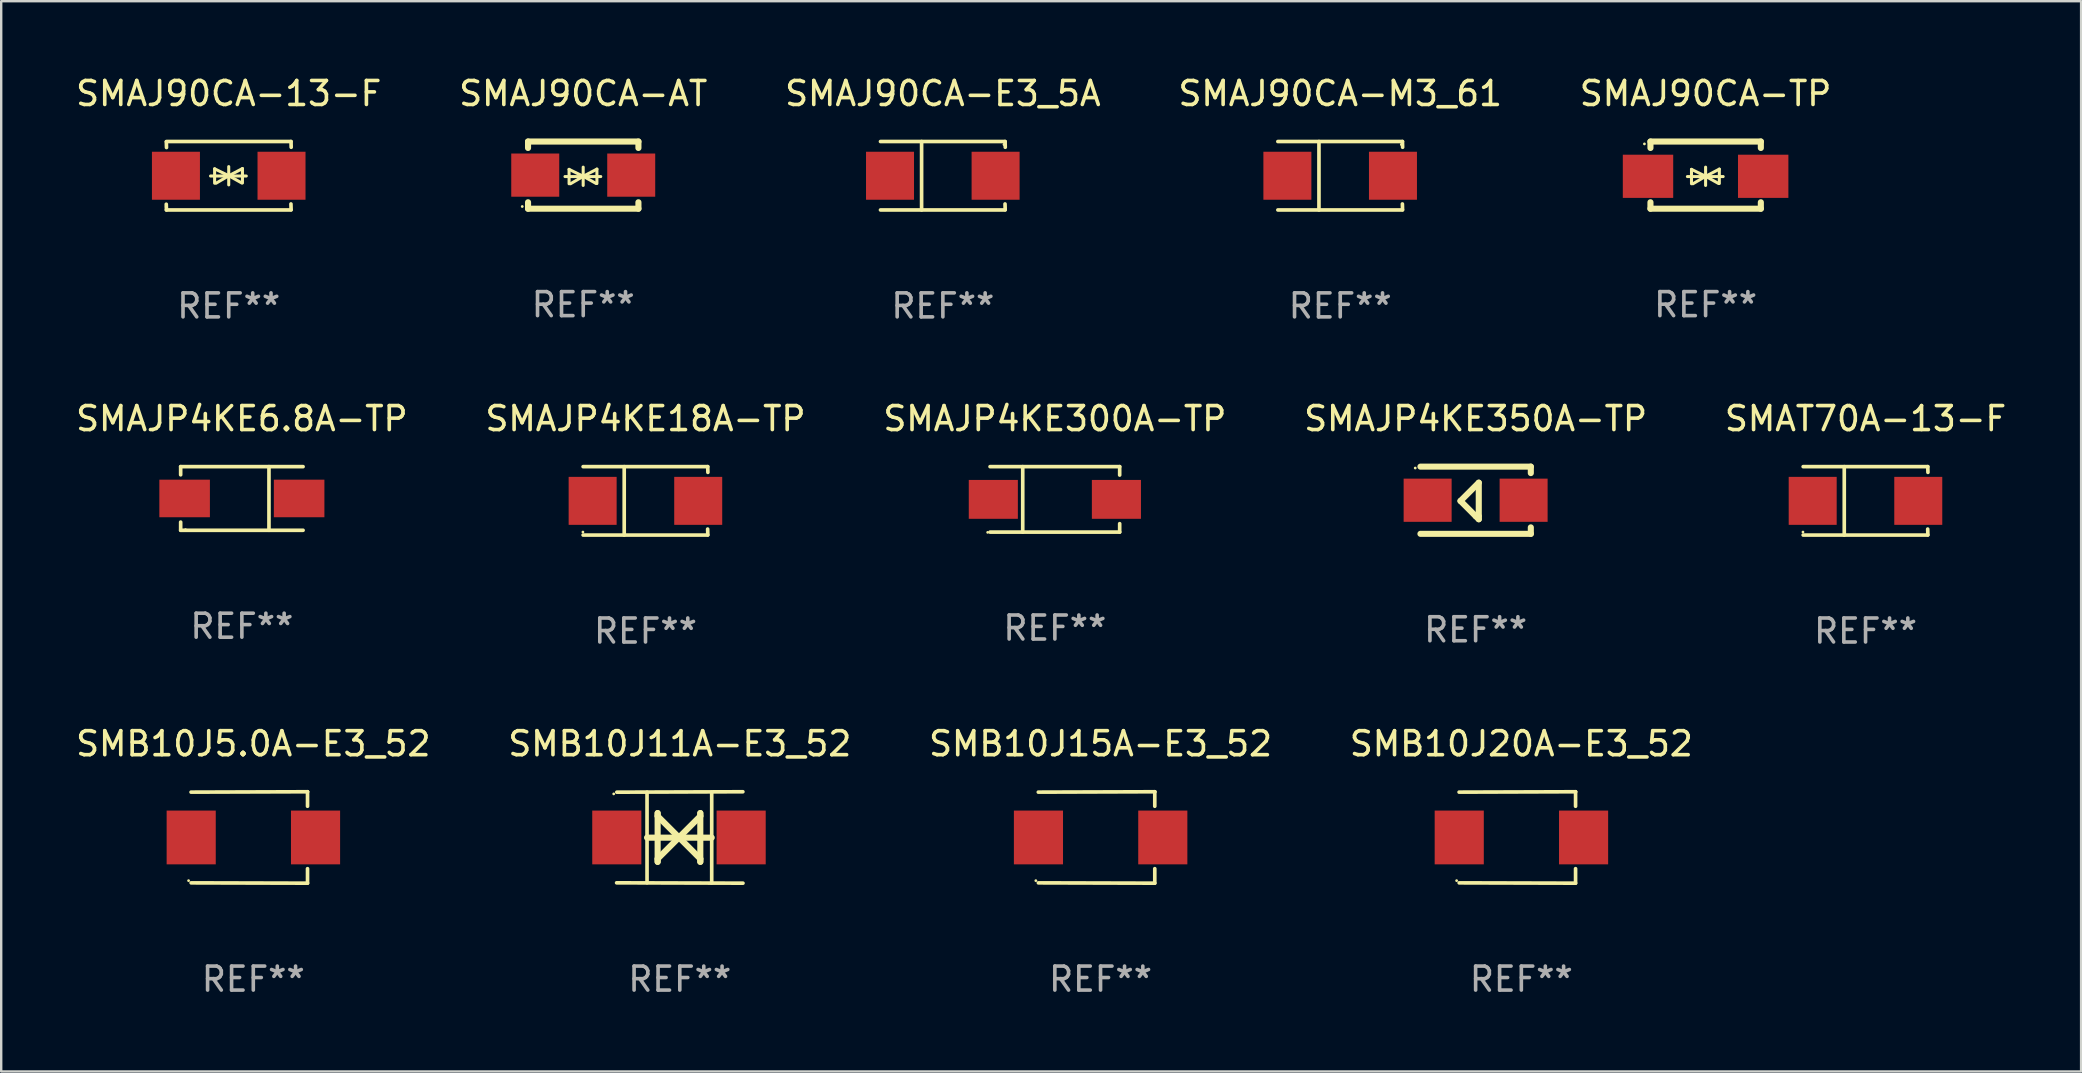
<source format=kicad_pcb>
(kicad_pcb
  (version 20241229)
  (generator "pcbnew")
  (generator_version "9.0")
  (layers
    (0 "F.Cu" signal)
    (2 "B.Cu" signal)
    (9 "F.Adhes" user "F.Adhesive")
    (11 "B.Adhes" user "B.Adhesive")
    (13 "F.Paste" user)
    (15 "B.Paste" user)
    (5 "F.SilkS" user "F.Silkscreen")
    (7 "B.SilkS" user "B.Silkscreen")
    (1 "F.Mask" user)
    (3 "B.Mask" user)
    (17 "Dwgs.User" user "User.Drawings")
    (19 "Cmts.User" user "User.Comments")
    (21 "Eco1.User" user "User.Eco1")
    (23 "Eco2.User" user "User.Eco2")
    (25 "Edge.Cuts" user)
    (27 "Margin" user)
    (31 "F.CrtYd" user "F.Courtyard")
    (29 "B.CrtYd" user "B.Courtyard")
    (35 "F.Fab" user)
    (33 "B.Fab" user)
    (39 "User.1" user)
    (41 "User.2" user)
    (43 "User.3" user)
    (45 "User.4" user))
  (footprint "SMB10J11A-E3_52"
    (layer "F.Cu")
    (at 25.28 31.851)
    (property "Reference" "SMB10J11A-E3_52" (at 0 -3.905 0) (layer "F.SilkS") (effects (font (size 1 1) (thickness 0.15))))
    (attr through_hole)
    (fp_line (start -1.365 1.886) (end -1.365 -1.886) (stroke (width 0.152) (type solid)) (layer "F.SilkS"))
    (fp_line (start -1.365 0.008) (end 1.33 0.008) (stroke (width 0.254) (type solid)) (layer "F.SilkS"))
    (fp_line (start -0.923 -1.016) (end -0.923 1.016) (stroke (width 0.254) (type solid)) (layer "F.SilkS"))
    (fp_line (start -0.923 -0.889) (end -0.923 -1.016) (stroke (width 0.254) (type solid)) (layer "F.SilkS"))
    (fp_line (start -0.923 0.889) (end -0.034 0) (stroke (width 0.254) (type solid)) (layer "F.SilkS"))
    (fp_line (start -0.923 1.016) (end -0.923 0.889) (stroke (width 0.254) (type solid)) (layer "F.SilkS"))
    (fp_line (start -0.034 0) (end -0.923 -0.889) (stroke (width 0.254) (type solid)) (layer "F.SilkS"))
    (fp_line (start -0.034 0) (end 0.855 0.889) (stroke (width 0.254) (type solid)) (layer "F.SilkS"))
    (fp_line (start 0.855 -1.016) (end 0.855 -0.889) (stroke (width 0.254) (type solid)) (layer "F.SilkS"))
    (fp_line (start 0.855 -0.889) (end -0.034 0) (stroke (width 0.254) (type solid)) (layer "F.SilkS"))
    (fp_line (start 0.855 0.889) (end 0.855 1.016) (stroke (width 0.254) (type solid)) (layer "F.SilkS"))
    (fp_line (start 0.855 1.016) (end 0.855 -1.016) (stroke (width 0.254) (type solid)) (layer "F.SilkS"))
    (fp_line (start 1.33 1.886) (end 1.33 -1.886) (stroke (width 0.152) (type solid)) (layer "F.SilkS"))
    (fp_line (start 2.629 -1.905) (end -2.625 -1.887) (stroke (width 0.152) (type solid)) (layer "F.SilkS"))
    (fp_line (start 2.633 1.905) (end -2.633 1.89) (stroke (width 0.152) (type solid)) (layer "F.SilkS"))
    (fp_circle (center -2.753 -1.816) (end -2.723 -1.816) (stroke (width 0.06) (type solid)) (fill no) (layer "F.SilkS"))
    (fp_text user "REF**" (at 0 5.905 0) (layer "F.Fab") (effects (font (size 1 1) (thickness 0.15))))
    (pad "1" smd rect (at -2.625 0) (size 2.047 2.241) (layers "F.Cu" "F.Mask" "F.Paste"))
    (pad "2" smd rect (at 2.557 0) (size 2.047 2.241) (layers "F.Cu" "F.Mask" "F.Paste")))
  (footprint "SMAJP4KE18A-TP"
    (layer "F.Cu")
    (at 23.851 17.823)
    (property "Reference" "SMAJP4KE18A-TP" (at 0 -3.426 0) (layer "F.SilkS") (effects (font (size 1 1) (thickness 0.15))))
    (attr through_hole)
    (fp_line (start -2.6 -1.426) (end 2.593 -1.426) (stroke (width 0.152) (type solid)) (layer "F.SilkS"))
    (fp_line (start -2.6 1.426) (end 2.593 1.426) (stroke (width 0.152) (type solid)) (layer "F.SilkS"))
    (fp_line (start -0.887 -1.426) (end -0.887 1.426) (stroke (width 0.152) (type solid)) (layer "F.SilkS"))
    (fp_line (start 2.59 1.176) (end 2.597 1.415) (stroke (width 0.152) (type solid)) (layer "F.SilkS"))
    (fp_line (start 2.593 -1.426) (end 2.6 -1.187) (stroke (width 0.152) (type solid)) (layer "F.SilkS"))
    (fp_circle (center -2.608 1.3) (end -2.578 1.3) (stroke (width 0.06) (type solid)) (fill no) (layer "F.SilkS"))
    (fp_text user "REF**" (at 0 5.426 0) (layer "F.Fab") (effects (font (size 1 1) (thickness 0.15))))
    (pad "1" smd rect (at -2.203 0 180) (size 2 2) (layers "F.Cu" "F.Mask" "F.Paste"))
    (pad "2" smd rect (at 2.197 0 180) (size 2 2) (layers "F.Cu" "F.Mask" "F.Paste")))
  (footprint "SMAT70A-13-F"
    (layer "F.Cu")
    (at 74.696 17.823)
    (property "Reference" "SMAT70A-13-F" (at 0 -3.426 0) (layer "F.SilkS") (effects (font (size 1 1) (thickness 0.15))))
    (attr through_hole)
    (fp_line (start -2.6 -1.426) (end 2.593 -1.426) (stroke (width 0.152) (type solid)) (layer "F.SilkS"))
    (fp_line (start -2.6 1.426) (end 2.593 1.426) (stroke (width 0.152) (type solid)) (layer "F.SilkS"))
    (fp_line (start -0.887 -1.426) (end -0.887 1.426) (stroke (width 0.152) (type solid)) (layer "F.SilkS"))
    (fp_line (start 2.59 1.176) (end 2.597 1.415) (stroke (width 0.152) (type solid)) (layer "F.SilkS"))
    (fp_line (start 2.593 -1.426) (end 2.6 -1.187) (stroke (width 0.152) (type solid)) (layer "F.SilkS"))
    (fp_circle (center -2.608 1.3) (end -2.578 1.3) (stroke (width 0.06) (type solid)) (fill no) (layer "F.SilkS"))
    (fp_text user "REF**" (at 0 5.426 0) (layer "F.Fab") (effects (font (size 1 1) (thickness 0.15))))
    (pad "1" smd rect (at -2.203 0 180) (size 2 2) (layers "F.Cu" "F.Mask" "F.Paste"))
    (pad "2" smd rect (at 2.197 0 180) (size 2 2) (layers "F.Cu" "F.Mask" "F.Paste")))
  (footprint "SMB10J15A-E3_52"
    (layer "F.Cu")
    (at 42.815 31.851)
    (property "Reference" "SMB10J15A-E3_52" (at 0 -3.905 0) (layer "F.SilkS") (effects (font (size 1 1) (thickness 0.15))))
    (attr through_hole)
    (fp_line (start 2.256 -1.905) (end -2.594 -1.889) (stroke (width 0.152) (type solid)) (layer "F.SilkS"))
    (fp_line (start 2.256 -1.905) (end 2.26 -1.905) (stroke (width 0.152) (type solid)) (layer "F.SilkS"))
    (fp_line (start 2.26 -1.905) (end 2.26 -1.301) (stroke (width 0.152) (type solid)) (layer "F.SilkS"))
    (fp_line (start 2.26 1.301) (end 2.26 1.905) (stroke (width 0.152) (type solid)) (layer "F.SilkS"))
    (fp_line (start 2.26 1.905) (end -2.59 1.892) (stroke (width 0.152) (type solid)) (layer "F.SilkS"))
    (fp_circle (center -2.697 1.8) (end -2.667 1.8) (stroke (width 0.06) (type solid)) (fill no) (layer "F.SilkS"))
    (fp_text user "REF**" (at 0 5.905 0) (layer "F.Fab") (effects (font (size 1 1) (thickness 0.15))))
    (pad "1" smd rect (at -2.588 0) (size 2.047 2.241) (layers "F.Cu" "F.Mask" "F.Paste"))
    (pad "2" smd rect (at 2.594 0) (size 2.047 2.241) (layers "F.Cu" "F.Mask" "F.Paste")))
  (footprint "SMB10J5.0A-E3_52"
    (layer "F.Cu")
    (at 7.506 31.851)
    (property "Reference" "SMB10J5.0A-E3_52" (at 0 -3.905 0) (layer "F.SilkS") (effects (font (size 1 1) (thickness 0.15))))
    (attr through_hole)
    (fp_line (start 2.256 -1.905) (end -2.594 -1.889) (stroke (width 0.152) (type solid)) (layer "F.SilkS"))
    (fp_line (start 2.256 -1.905) (end 2.26 -1.905) (stroke (width 0.152) (type solid)) (layer "F.SilkS"))
    (fp_line (start 2.26 -1.905) (end 2.26 -1.301) (stroke (width 0.152) (type solid)) (layer "F.SilkS"))
    (fp_line (start 2.26 1.301) (end 2.26 1.905) (stroke (width 0.152) (type solid)) (layer "F.SilkS"))
    (fp_line (start 2.26 1.905) (end -2.59 1.892) (stroke (width 0.152) (type solid)) (layer "F.SilkS"))
    (fp_circle (center -2.697 1.8) (end -2.667 1.8) (stroke (width 0.06) (type solid)) (fill no) (layer "F.SilkS"))
    (fp_text user "REF**" (at 0 5.905 0) (layer "F.Fab") (effects (font (size 1 1) (thickness 0.15))))
    (pad "1" smd rect (at -2.588 0) (size 2.047 2.241) (layers "F.Cu" "F.Mask" "F.Paste"))
    (pad "2" smd rect (at 2.594 0) (size 2.047 2.241) (layers "F.Cu" "F.Mask" "F.Paste")))
  (footprint "SMB10J20A-E3_52"
    (layer "F.Cu")
    (at 60.351 31.851)
    (property "Reference" "SMB10J20A-E3_52" (at 0 -3.905 0) (layer "F.SilkS") (effects (font (size 1 1) (thickness 0.15))))
    (attr through_hole)
    (fp_line (start 2.256 -1.905) (end -2.594 -1.889) (stroke (width 0.152) (type solid)) (layer "F.SilkS"))
    (fp_line (start 2.256 -1.905) (end 2.26 -1.905) (stroke (width 0.152) (type solid)) (layer "F.SilkS"))
    (fp_line (start 2.26 -1.905) (end 2.26 -1.301) (stroke (width 0.152) (type solid)) (layer "F.SilkS"))
    (fp_line (start 2.26 1.301) (end 2.26 1.905) (stroke (width 0.152) (type solid)) (layer "F.SilkS"))
    (fp_line (start 2.26 1.905) (end -2.59 1.892) (stroke (width 0.152) (type solid)) (layer "F.SilkS"))
    (fp_circle (center -2.697 1.8) (end -2.667 1.8) (stroke (width 0.06) (type solid)) (fill no) (layer "F.SilkS"))
    (fp_text user "REF**" (at 0 5.905 0) (layer "F.Fab") (effects (font (size 1 1) (thickness 0.15))))
    (pad "1" smd rect (at -2.588 0) (size 2.047 2.241) (layers "F.Cu" "F.Mask" "F.Paste"))
    (pad "2" smd rect (at 2.594 0) (size 2.047 2.241) (layers "F.Cu" "F.Mask" "F.Paste")))
  (footprint "SMAJP4KE350A-TP"
    (layer "F.Cu")
    (at 58.446 17.797)
    (property "Reference" "SMAJP4KE350A-TP" (at 0 -3.4 0) (layer "F.SilkS") (effects (font (size 1 1) (thickness 0.15))))
    (attr through_hole)
    (fp_line (start -2.3 -1.4) (end 2.3 -1.4) (stroke (width 0.254) (type solid)) (layer "F.SilkS"))
    (fp_line (start -2.3 1.4) (end 2.3 1.4) (stroke (width 0.254) (type solid)) (layer "F.SilkS"))
    (fp_line (start -0.631 0.03) (end 0.131 -0.732) (stroke (width 0.254) (type solid)) (layer "F.SilkS"))
    (fp_line (start 0.004 0.665) (end -0.631 0.03) (stroke (width 0.254) (type solid)) (layer "F.SilkS"))
    (fp_line (start 0.131 -0.732) (end 0.131 0.665) (stroke (width 0.254) (type solid)) (layer "F.SilkS"))
    (fp_line (start 0.131 0.665) (end 0.131 0.792) (stroke (width 0.254) (type solid)) (layer "F.SilkS"))
    (fp_line (start 0.131 0.792) (end 0.004 0.665) (stroke (width 0.254) (type solid)) (layer "F.SilkS"))
    (fp_line (start 2.3 -1.4) (end 2.3 -1.131) (stroke (width 0.254) (type solid)) (layer "F.SilkS"))
    (fp_line (start 2.3 1.131) (end 2.3 1.4) (stroke (width 0.254) (type solid)) (layer "F.SilkS"))
    (fp_circle (center -2.517 -1.342) (end -2.487 -1.342) (stroke (width 0.06) (type solid)) (fill no) (layer "F.SilkS"))
    (fp_text user "REF**" (at 0 5.4 0) (layer "F.Fab") (effects (font (size 1 1) (thickness 0.15))))
    (pad "1" smd rect (at -2 -0.000127) (size 2 1.8) (layers "F.Cu" "F.Mask" "F.Paste"))
    (pad "2" smd rect (at 2 -0.000127) (size 2 1.8) (layers "F.Cu" "F.Mask" "F.Paste")))
  (footprint "SMAJ90CA-E3_5A"
    (layer "F.Cu")
    (at 36.244 4.274)
    (property "Reference" "SMAJ90CA-E3_5A" (at 0 -3.426 0) (layer "F.SilkS") (effects (font (size 1 1) (thickness 0.15))))
    (attr through_hole)
    (fp_line (start -2.6 -1.426) (end 2.593 -1.426) (stroke (width 0.152) (type solid)) (layer "F.SilkS"))
    (fp_line (start -2.6 1.426) (end 2.593 1.426) (stroke (width 0.152) (type solid)) (layer "F.SilkS"))
    (fp_line (start -0.887 -1.426) (end -0.887 1.426) (stroke (width 0.152) (type solid)) (layer "F.SilkS"))
    (fp_line (start 2.59 1.176) (end 2.597 1.415) (stroke (width 0.152) (type solid)) (layer "F.SilkS"))
    (fp_line (start 2.593 -1.426) (end 2.6 -1.187) (stroke (width 0.152) (type solid)) (layer "F.SilkS"))
    (fp_circle (center 2.547 -1.3) (end 2.577 -1.3) (stroke (width 0.06) (type solid)) (fill no) (layer "F.SilkS"))
    (fp_text user "REF**" (at 0 5.426 0) (layer "F.Fab") (effects (font (size 1 1) (thickness 0.15))))
    (pad "1" smd rect (at 2.197 -0.000025 180) (size 2 2) (layers "F.Cu" "F.Mask" "F.Paste"))
    (pad "2" smd rect (at -2.203 -0.000025 180) (size 2 2) (layers "F.Cu" "F.Mask" "F.Paste")))
  (footprint "SMAJ90CA-M3_61"
    (layer "F.Cu")
    (at 52.804 4.274)
    (property "Reference" "SMAJ90CA-M3_61" (at 0 -3.426 0) (layer "F.SilkS") (effects (font (size 1 1) (thickness 0.15))))
    (attr through_hole)
    (fp_line (start -2.6 -1.426) (end 2.593 -1.426) (stroke (width 0.152) (type solid)) (layer "F.SilkS"))
    (fp_line (start -2.6 1.426) (end 2.593 1.426) (stroke (width 0.152) (type solid)) (layer "F.SilkS"))
    (fp_line (start -0.887 -1.426) (end -0.887 1.426) (stroke (width 0.152) (type solid)) (layer "F.SilkS"))
    (fp_line (start 2.59 1.176) (end 2.597 1.415) (stroke (width 0.152) (type solid)) (layer "F.SilkS"))
    (fp_line (start 2.593 -1.426) (end 2.6 -1.187) (stroke (width 0.152) (type solid)) (layer "F.SilkS"))
    (fp_circle (center 2.547 -1.3) (end 2.577 -1.3) (stroke (width 0.06) (type solid)) (fill no) (layer "F.SilkS"))
    (fp_text user "REF**" (at 0 5.426 0) (layer "F.Fab") (effects (font (size 1 1) (thickness 0.15))))
    (pad "1" smd rect (at 2.197 -0.000025 180) (size 2 2) (layers "F.Cu" "F.Mask" "F.Paste"))
    (pad "2" smd rect (at -2.203 -0.000025 180) (size 2 2) (layers "F.Cu" "F.Mask" "F.Paste")))
  (footprint "SMAJ90CA-AT"
    (layer "F.Cu")
    (at 21.256 4.248)
    (property "Reference" "SMAJ90CA-AT" (at 0 -3.4 0) (layer "F.SilkS") (effects (font (size 1 1) (thickness 0.15))))
    (attr through_hole)
    (fp_line (start -2.3 -1.4) (end -2.3 -1.131) (stroke (width 0.254) (type solid)) (layer "F.SilkS"))
    (fp_line (start -2.3 -1.4) (end 2.3 -1.4) (stroke (width 0.254) (type solid)) (layer "F.SilkS"))
    (fp_line (start -2.3 1.131) (end -2.3 1.4) (stroke (width 0.254) (type solid)) (layer "F.SilkS"))
    (fp_line (start -2.3 1.4) (end 2.3 1.4) (stroke (width 0.254) (type solid)) (layer "F.SilkS"))
    (fp_line (start -0.76 0.06) (end 0.73 0.06) (stroke (width 0.127) (type solid)) (layer "F.SilkS"))
    (fp_line (start -0.59 -0.24) (end -0.59 0.36) (stroke (width 0.127) (type solid)) (layer "F.SilkS"))
    (fp_line (start -0.59 -0.24) (end -0.002 0.049) (stroke (width 0.127) (type solid)) (layer "F.SilkS"))
    (fp_line (start -0.53 0.36) (end -0.002 0.049) (stroke (width 0.127) (type solid)) (layer "F.SilkS"))
    (fp_line (start -0.002 0.049) (end -0.002 -0.332) (stroke (width 0.127) (type solid)) (layer "F.SilkS"))
    (fp_line (start -0.002 0.049) (end -0.002 0.43) (stroke (width 0.127) (type solid)) (layer "F.SilkS"))
    (fp_line (start 0.54 0.35) (end -0.002 0.049) (stroke (width 0.127) (type solid)) (layer "F.SilkS"))
    (fp_line (start 0.57 -0.25) (end -0.002 0.049) (stroke (width 0.127) (type solid)) (layer "F.SilkS"))
    (fp_line (start 0.57 -0.25) (end 0.57 0.35) (stroke (width 0.127) (type solid)) (layer "F.SilkS"))
    (fp_line (start 2.3 -1.4) (end 2.3 -1.131) (stroke (width 0.254) (type solid)) (layer "F.SilkS"))
    (fp_line (start 2.3 1.131) (end 2.3 1.4) (stroke (width 0.254) (type solid)) (layer "F.SilkS"))
    (fp_circle (center -2.542 1.308) (end -2.512 1.308) (stroke (width 0.06) (type solid)) (fill no) (layer "F.SilkS"))
    (fp_text user "REF**" (at 0 5.4 0) (layer "F.Fab") (effects (font (size 1 1) (thickness 0.15))))
    (pad "1" smd rect (at -2 0) (size 2 1.8) (layers "F.Cu" "F.Mask" "F.Paste"))
    (pad "2" smd rect (at 2 0) (size 2 1.8) (layers "F.Cu" "F.Mask" "F.Paste")))
  (footprint "SMAJP4KE6.8A-TP"
    (layer "F.Cu")
    (at 7.03 17.723)
    (property "Reference" "SMAJP4KE6.8A-TP" (at 0 -3.326 0) (layer "F.SilkS") (effects (font (size 1 1) (thickness 0.15))))
    (attr through_hole)
    (fp_line (start -2.551 -1.326) (end -2.551 -0.986) (stroke (width 0.152) (type solid)) (layer "F.SilkS"))
    (fp_line (start -2.551 1.326) (end -2.551 0.986) (stroke (width 0.152) (type solid)) (layer "F.SilkS"))
    (fp_line (start 1.129 1.326) (end 1.129 -1.326) (stroke (width 0.152) (type solid)) (layer "F.SilkS"))
    (fp_line (start 2.551 -1.326) (end -2.551 -1.326) (stroke (width 0.152) (type solid)) (layer "F.SilkS"))
    (fp_line (start 2.551 1.326) (end -2.551 1.326) (stroke (width 0.152) (type solid)) (layer "F.SilkS"))
    (fp_circle (center -2.35 1.3) (end -2.32 1.3) (stroke (width 0.06) (type solid)) (fill no) (layer "F.SilkS"))
    (fp_text user "REF**" (at 0 5.326 0) (layer "F.Fab") (effects (font (size 1 1) (thickness 0.15))))
    (pad "1" smd rect (at -2.386 0) (size 2.107 1.566) (layers "F.Cu" "F.Mask" "F.Paste"))
    (pad "2" smd rect (at 2.386 0) (size 2.107 1.566) (layers "F.Cu" "F.Mask" "F.Paste")))
  (footprint "SMAJP4KE300A-TP"
    (layer "F.Cu")
    (at 40.911 17.761)
    (property "Reference" "SMAJP4KE300A-TP" (at 0 -3.364 0) (layer "F.SilkS") (effects (font (size 1 1) (thickness 0.15))))
    (attr through_hole)
    (fp_line (start -2.701 -1.364) (end 2.701 -1.364) (stroke (width 0.152) (type solid)) (layer "F.SilkS"))
    (fp_line (start -2.701 1.364) (end 2.701 1.364) (stroke (width 0.152) (type solid)) (layer "F.SilkS"))
    (fp_line (start -1.339 -1.364) (end -1.339 1.364) (stroke (width 0.152) (type solid)) (layer "F.SilkS"))
    (fp_line (start 2.701 -1.364) (end 2.701 -1.013) (stroke (width 0.152) (type solid)) (layer "F.SilkS"))
    (fp_line (start 2.701 1.364) (end 2.701 1.013) (stroke (width 0.152) (type solid)) (layer "F.SilkS"))
    (fp_circle (center -2.8 1.375) (end -2.77 1.375) (stroke (width 0.06) (type solid)) (fill no) (layer "F.SilkS"))
    (fp_text user "REF**" (at 0 5.364 0) (layer "F.Fab") (effects (font (size 1 1) (thickness 0.15))))
    (pad "1" smd rect (at -2.565 -0.000025) (size 2.046 1.62) (layers "F.Cu" "F.Mask" "F.Paste"))
    (pad "2" smd rect (at 2.565 -0.000025) (size 2.046 1.62) (layers "F.Cu" "F.Mask" "F.Paste")))
  (footprint "SMAJ90CA-13-F"
    (layer "F.Cu")
    (at 6.482 4.274)
    (property "Reference" "SMAJ90CA-13-F" (at 0 -3.426 0) (layer "F.SilkS") (effects (font (size 1 1) (thickness 0.15))))
    (attr through_hole)
    (fp_line (start -2.596 -1.426) (end 2.596 -1.426) (stroke (width 0.152) (type solid)) (layer "F.SilkS"))
    (fp_line (start -2.596 1.426) (end -2.603 1.187) (stroke (width 0.152) (type solid)) (layer "F.SilkS"))
    (fp_line (start -2.596 1.426) (end 2.596 1.426) (stroke (width 0.152) (type solid)) (layer "F.SilkS"))
    (fp_line (start -2.593 -1.176) (end -2.6 -1.415) (stroke (width 0.152) (type solid)) (layer "F.SilkS"))
    (fp_line (start -0.758 0.011) (end 0.732 0.011) (stroke (width 0.127) (type solid)) (layer "F.SilkS"))
    (fp_line (start -0.588 -0.289) (end -0.588 0.311) (stroke (width 0.127) (type solid)) (layer "F.SilkS"))
    (fp_line (start -0.588 -0.289) (end 0 0) (stroke (width 0.127) (type solid)) (layer "F.SilkS"))
    (fp_line (start -0.528 0.311) (end 0 0) (stroke (width 0.127) (type solid)) (layer "F.SilkS"))
    (fp_line (start 0 0) (end 0 -0.381) (stroke (width 0.127) (type solid)) (layer "F.SilkS"))
    (fp_line (start 0 0) (end 0 0.381) (stroke (width 0.127) (type solid)) (layer "F.SilkS"))
    (fp_line (start 0.542 0.301) (end 0 0) (stroke (width 0.127) (type solid)) (layer "F.SilkS"))
    (fp_line (start 0.572 -0.299) (end 0 0) (stroke (width 0.127) (type solid)) (layer "F.SilkS"))
    (fp_line (start 0.572 -0.299) (end 0.572 0.301) (stroke (width 0.127) (type solid)) (layer "F.SilkS"))
    (fp_line (start 2.593 1.176) (end 2.6 1.415) (stroke (width 0.152) (type solid)) (layer "F.SilkS"))
    (fp_line (start 2.596 -1.426) (end 2.603 -1.187) (stroke (width 0.152) (type solid)) (layer "F.SilkS"))
    (fp_circle (center -2.605 1.3) (end -2.575 1.3) (stroke (width 0.06) (type solid)) (fill no) (layer "F.SilkS"))
    (fp_text user "REF**" (at 0 5.426 0) (layer "F.Fab") (effects (font (size 1 1) (thickness 0.15))))
    (pad "1" smd rect (at -2.2 0 180) (size 2 2) (layers "F.Cu" "F.Mask" "F.Paste"))
    (pad "2" smd rect (at 2.2 0 180) (size 2 2) (layers "F.Cu" "F.Mask" "F.Paste")))
  (footprint "SMAJ90CA-TP"
    (layer "F.Cu")
    (at 68.03 4.248)
    (property "Reference" "SMAJ90CA-TP" (at 0 -3.4 0) (layer "F.SilkS") (effects (font (size 1 1) (thickness 0.15))))
    (attr through_hole)
    (fp_line (start -2.298 -1.4) (end -2.298 -1.131) (stroke (width 0.254) (type solid)) (layer "F.SilkS"))
    (fp_line (start -2.298 -1.4) (end 2.302 -1.4) (stroke (width 0.254) (type solid)) (layer "F.SilkS"))
    (fp_line (start -2.298 1.131) (end -2.298 1.4) (stroke (width 0.254) (type solid)) (layer "F.SilkS"))
    (fp_line (start -2.298 1.4) (end 2.302 1.4) (stroke (width 0.254) (type solid)) (layer "F.SilkS"))
    (fp_line (start -0.758 0.06) (end 0.732 0.06) (stroke (width 0.127) (type solid)) (layer "F.SilkS"))
    (fp_line (start -0.588 -0.24) (end -0.588 0.36) (stroke (width 0.127) (type solid)) (layer "F.SilkS"))
    (fp_line (start -0.588 -0.24) (end 0.000025 0.049) (stroke (width 0.127) (type solid)) (layer "F.SilkS"))
    (fp_line (start -0.528 0.36) (end 0.000025 0.049) (stroke (width 0.127) (type solid)) (layer "F.SilkS"))
    (fp_line (start 0.000025 0.049) (end 0.000025 -0.332) (stroke (width 0.127) (type solid)) (layer "F.SilkS"))
    (fp_line (start 0.000025 0.049) (end 0.000025 0.43) (stroke (width 0.127) (type solid)) (layer "F.SilkS"))
    (fp_line (start 0.542 0.35) (end 0.000025 0.049) (stroke (width 0.127) (type solid)) (layer "F.SilkS"))
    (fp_line (start 0.572 -0.25) (end 0.000025 0.049) (stroke (width 0.127) (type solid)) (layer "F.SilkS"))
    (fp_line (start 0.572 -0.25) (end 0.572 0.35) (stroke (width 0.127) (type solid)) (layer "F.SilkS"))
    (fp_line (start 2.302 -1.4) (end 2.302 -1.131) (stroke (width 0.254) (type solid)) (layer "F.SilkS"))
    (fp_line (start 2.302 1.131) (end 2.302 1.4) (stroke (width 0.254) (type solid)) (layer "F.SilkS"))
    (fp_circle (center -2.549 -1.301) (end -2.519 -1.301) (stroke (width 0.06) (type solid)) (fill no) (layer "F.SilkS"))
    (fp_text user "REF**" (at 0 5.4 0) (layer "F.Fab") (effects (font (size 1 1) (thickness 0.15))))
    (pad "1" smd rect (at -2.4 0.049) (size 2.1 1.8) (layers "F.Cu" "F.Mask" "F.Paste"))
    (pad "2" smd rect (at 2.4 0.049) (size 2.1 1.8) (layers "F.Cu" "F.Mask" "F.Paste")))
  (gr_rect
    (start -3 -3)
    (end 83.679 41.604)
    (stroke (width 0.1) (type default))
    (fill no)
    (layer "Edge.Cuts")))
</source>
